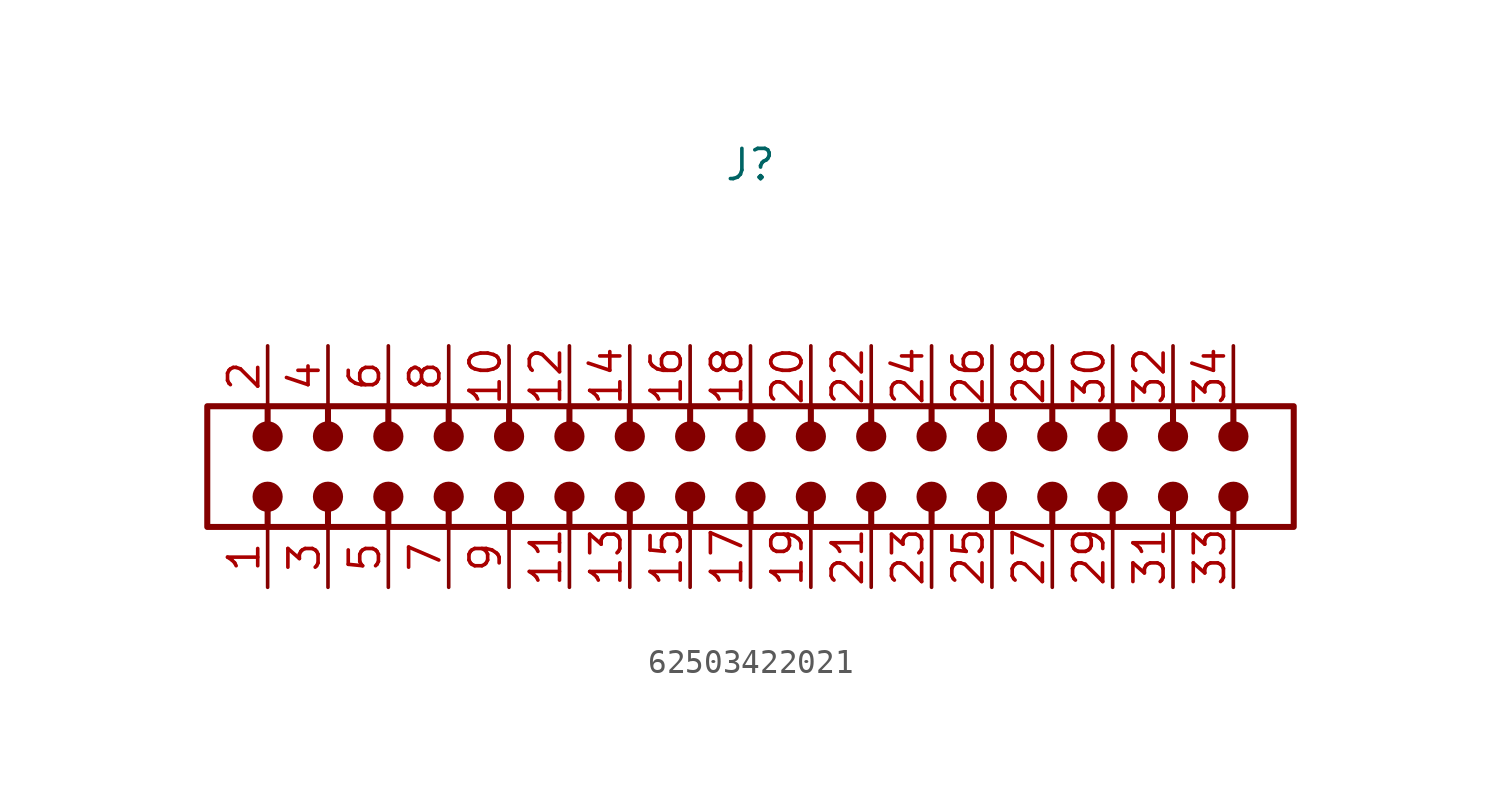
<source format=kicad_sym>
(kicad_symbol_lib
  (version 20241209)
  (generator "kicad_symbol_editor")
  (generator_version "9.0")
  (symbol "62503422021"
    (pin_names
      (hide yes))
    (property "Reference" "J"
      (at 0 12.7 0)
      (effects (font (size 1.27 1.27))))
    (symbol "62503422021_1_1"
      (rectangle (start -22.86 2.54) (end 22.86 -2.54) (stroke (width 0.254) (type solid)) (fill (type none)))
      (polyline (pts (xy -20.32 1.778) (xy -20.32 2.54)) (stroke (width 0.254) (type solid)) (fill (type none)))
      (circle (center -20.32 1.27) (radius 0.508) (stroke (width 0.254) (type solid)) (fill (type outline)))
      (circle (center -20.32 -1.27) (radius 0.508) (stroke (width 0.254) (type solid)) (fill (type outline)))
      (polyline (pts (xy -20.32 -1.778) (xy -20.32 -2.54)) (stroke (width 0.254) (type solid)) (fill (type none)))
      (polyline (pts (xy -17.78 1.778) (xy -17.78 2.54)) (stroke (width 0.254) (type solid)) (fill (type none)))
      (circle (center -17.78 1.27) (radius 0.508) (stroke (width 0.254) (type solid)) (fill (type outline)))
      (circle (center -17.78 -1.27) (radius 0.508) (stroke (width 0.254) (type solid)) (fill (type outline)))
      (polyline (pts (xy -17.78 -1.778) (xy -17.78 -2.54)) (stroke (width 0.254) (type solid)) (fill (type none)))
      (polyline (pts (xy -15.24 1.778) (xy -15.24 2.54)) (stroke (width 0.254) (type solid)) (fill (type none)))
      (circle (center -15.24 1.27) (radius 0.508) (stroke (width 0.254) (type solid)) (fill (type outline)))
      (circle (center -15.24 -1.27) (radius 0.508) (stroke (width 0.254) (type solid)) (fill (type outline)))
      (polyline (pts (xy -15.24 -1.778) (xy -15.24 -2.54)) (stroke (width 0.254) (type solid)) (fill (type none)))
      (polyline (pts (xy -12.7 1.778) (xy -12.7 2.54)) (stroke (width 0.254) (type solid)) (fill (type none)))
      (circle (center -12.7 1.27) (radius 0.508) (stroke (width 0.254) (type solid)) (fill (type outline)))
      (circle (center -12.7 -1.27) (radius 0.508) (stroke (width 0.254) (type solid)) (fill (type outline)))
      (polyline (pts (xy -12.7 -1.778) (xy -12.7 -2.54)) (stroke (width 0.254) (type solid)) (fill (type none)))
      (polyline (pts (xy -10.16 1.778) (xy -10.16 2.54)) (stroke (width 0.254) (type solid)) (fill (type none)))
      (circle (center -10.16 1.27) (radius 0.508) (stroke (width 0.254) (type solid)) (fill (type outline)))
      (circle (center -10.16 -1.27) (radius 0.508) (stroke (width 0.254) (type solid)) (fill (type outline)))
      (polyline (pts (xy -10.16 -1.778) (xy -10.16 -2.54)) (stroke (width 0.254) (type solid)) (fill (type none)))
      (polyline (pts (xy -7.62 1.778) (xy -7.62 2.54)) (stroke (width 0.254) (type solid)) (fill (type none)))
      (circle (center -7.62 1.27) (radius 0.508) (stroke (width 0.254) (type solid)) (fill (type outline)))
      (circle (center -7.62 -1.27) (radius 0.508) (stroke (width 0.254) (type solid)) (fill (type outline)))
      (polyline (pts (xy -7.62 -1.778) (xy -7.62 -2.54)) (stroke (width 0.254) (type solid)) (fill (type none)))
      (polyline (pts (xy -5.08 1.778) (xy -5.08 2.54)) (stroke (width 0.254) (type solid)) (fill (type none)))
      (circle (center -5.08 1.27) (radius 0.508) (stroke (width 0.254) (type solid)) (fill (type outline)))
      (circle (center -5.08 -1.27) (radius 0.508) (stroke (width 0.254) (type solid)) (fill (type outline)))
      (polyline (pts (xy -5.08 -1.778) (xy -5.08 -2.54)) (stroke (width 0.254) (type solid)) (fill (type none)))
      (polyline (pts (xy -2.54 1.778) (xy -2.54 2.54)) (stroke (width 0.254) (type solid)) (fill (type none)))
      (circle (center -2.54 1.27) (radius 0.508) (stroke (width 0.254) (type solid)) (fill (type outline)))
      (circle (center -2.54 -1.27) (radius 0.508) (stroke (width 0.254) (type solid)) (fill (type outline)))
      (polyline (pts (xy -2.54 -1.778) (xy -2.54 -2.54)) (stroke (width 0.254) (type solid)) (fill (type none)))
      (polyline (pts (xy 0 1.778) (xy 0 2.54)) (stroke (width 0.254) (type solid)) (fill (type none)))
      (circle (center 0 1.27) (radius 0.508) (stroke (width 0.254) (type solid)) (fill (type outline)))
      (circle (center 0 -1.27) (radius 0.508) (stroke (width 0.254) (type solid)) (fill (type outline)))
      (polyline (pts (xy 0 -1.778) (xy 0 -2.54)) (stroke (width 0.254) (type solid)) (fill (type none)))
      (polyline (pts (xy 2.54 1.778) (xy 2.54 2.54)) (stroke (width 0.254) (type solid)) (fill (type none)))
      (circle (center 2.54 1.27) (radius 0.508) (stroke (width 0.254) (type solid)) (fill (type outline)))
      (circle (center 2.54 -1.27) (radius 0.508) (stroke (width 0.254) (type solid)) (fill (type outline)))
      (polyline (pts (xy 2.54 -1.778) (xy 2.54 -2.54)) (stroke (width 0.254) (type solid)) (fill (type none)))
      (polyline (pts (xy 5.08 1.778) (xy 5.08 2.54)) (stroke (width 0.254) (type solid)) (fill (type none)))
      (circle (center 5.08 1.27) (radius 0.508) (stroke (width 0.254) (type solid)) (fill (type outline)))
      (circle (center 5.08 -1.27) (radius 0.508) (stroke (width 0.254) (type solid)) (fill (type outline)))
      (polyline (pts (xy 5.08 -1.778) (xy 5.08 -2.54)) (stroke (width 0.254) (type solid)) (fill (type none)))
      (polyline (pts (xy 7.62 1.778) (xy 7.62 2.54)) (stroke (width 0.254) (type solid)) (fill (type none)))
      (circle (center 7.62 1.27) (radius 0.508) (stroke (width 0.254) (type solid)) (fill (type outline)))
      (circle (center 7.62 -1.27) (radius 0.508) (stroke (width 0.254) (type solid)) (fill (type outline)))
      (polyline (pts (xy 7.62 -1.778) (xy 7.62 -2.54)) (stroke (width 0.254) (type solid)) (fill (type none)))
      (polyline (pts (xy 10.16 1.778) (xy 10.16 2.54)) (stroke (width 0.254) (type solid)) (fill (type none)))
      (circle (center 10.16 1.27) (radius 0.508) (stroke (width 0.254) (type solid)) (fill (type outline)))
      (circle (center 10.16 -1.27) (radius 0.508) (stroke (width 0.254) (type solid)) (fill (type outline)))
      (polyline (pts (xy 10.16 -1.778) (xy 10.16 -2.54)) (stroke (width 0.254) (type solid)) (fill (type none)))
      (polyline (pts (xy 12.7 1.778) (xy 12.7 2.54)) (stroke (width 0.254) (type solid)) (fill (type none)))
      (circle (center 12.7 1.27) (radius 0.508) (stroke (width 0.254) (type solid)) (fill (type outline)))
      (circle (center 12.7 -1.27) (radius 0.508) (stroke (width 0.254) (type solid)) (fill (type outline)))
      (polyline (pts (xy 12.7 -1.778) (xy 12.7 -2.54)) (stroke (width 0.254) (type solid)) (fill (type none)))
      (polyline (pts (xy 15.24 1.778) (xy 15.24 2.54)) (stroke (width 0.254) (type solid)) (fill (type none)))
      (circle (center 15.24 1.27) (radius 0.508) (stroke (width 0.254) (type solid)) (fill (type outline)))
      (circle (center 15.24 -1.27) (radius 0.508) (stroke (width 0.254) (type solid)) (fill (type outline)))
      (polyline (pts (xy 15.24 -1.778) (xy 15.24 -2.54)) (stroke (width 0.254) (type solid)) (fill (type none)))
      (polyline (pts (xy 17.78 1.778) (xy 17.78 2.54)) (stroke (width 0.254) (type solid)) (fill (type none)))
      (circle (center 17.78 1.27) (radius 0.508) (stroke (width 0.254) (type solid)) (fill (type outline)))
      (circle (center 17.78 -1.27) (radius 0.508) (stroke (width 0.254) (type solid)) (fill (type outline)))
      (polyline (pts (xy 17.78 -1.778) (xy 17.78 -2.54)) (stroke (width 0.254) (type solid)) (fill (type none)))
      (polyline (pts (xy 20.32 1.778) (xy 20.32 2.54)) (stroke (width 0.254) (type solid)) (fill (type none)))
      (circle (center 20.32 1.27) (radius 0.508) (stroke (width 0.254) (type solid)) (fill (type outline)))
      (circle (center 20.32 -1.27) (radius 0.508) (stroke (width 0.254) (type solid)) (fill (type outline)))
      (polyline (pts (xy 20.32 -1.778) (xy 20.32 -2.54)) (stroke (width 0.254) (type solid)) (fill (type none)))
      (pin passive line (at -20.32 5.08 270) (length 2.54) (name "2" (effects (font (size 1.27 1.27)))) (number "2" (effects (font (size 1.27 1.27)))))
      (pin passive line (at -20.32 -5.08 90) (length 2.54) (name "1" (effects (font (size 1.27 1.27)))) (number "1" (effects (font (size 1.27 1.27)))))
      (pin passive line (at -17.78 5.08 270) (length 2.54) (name "4" (effects (font (size 1.27 1.27)))) (number "4" (effects (font (size 1.27 1.27)))))
      (pin passive line (at -17.78 -5.08 90) (length 2.54) (name "3" (effects (font (size 1.27 1.27)))) (number "3" (effects (font (size 1.27 1.27)))))
      (pin passive line (at -15.24 5.08 270) (length 2.54) (name "6" (effects (font (size 1.27 1.27)))) (number "6" (effects (font (size 1.27 1.27)))))
      (pin passive line (at -15.24 -5.08 90) (length 2.54) (name "5" (effects (font (size 1.27 1.27)))) (number "5" (effects (font (size 1.27 1.27)))))
      (pin passive line (at -12.7 5.08 270) (length 2.54) (name "8" (effects (font (size 1.27 1.27)))) (number "8" (effects (font (size 1.27 1.27)))))
      (pin passive line (at -12.7 -5.08 90) (length 2.54) (name "7" (effects (font (size 1.27 1.27)))) (number "7" (effects (font (size 1.27 1.27)))))
      (pin passive line (at -10.16 5.08 270) (length 2.54) (name "10" (effects (font (size 1.27 1.27)))) (number "10" (effects (font (size 1.27 1.27)))))
      (pin passive line (at -10.16 -5.08 90) (length 2.54) (name "9" (effects (font (size 1.27 1.27)))) (number "9" (effects (font (size 1.27 1.27)))))
      (pin passive line (at -7.62 5.08 270) (length 2.54) (name "12" (effects (font (size 1.27 1.27)))) (number "12" (effects (font (size 1.27 1.27)))))
      (pin passive line (at -7.62 -5.08 90) (length 2.54) (name "11" (effects (font (size 1.27 1.27)))) (number "11" (effects (font (size 1.27 1.27)))))
      (pin passive line (at -5.08 5.08 270) (length 2.54) (name "14" (effects (font (size 1.27 1.27)))) (number "14" (effects (font (size 1.27 1.27)))))
      (pin passive line (at -5.08 -5.08 90) (length 2.54) (name "13" (effects (font (size 1.27 1.27)))) (number "13" (effects (font (size 1.27 1.27)))))
      (pin passive line (at -2.54 5.08 270) (length 2.54) (name "16" (effects (font (size 1.27 1.27)))) (number "16" (effects (font (size 1.27 1.27)))))
      (pin passive line (at -2.54 -5.08 90) (length 2.54) (name "15" (effects (font (size 1.27 1.27)))) (number "15" (effects (font (size 1.27 1.27)))))
      (pin passive line (at 0 5.08 270) (length 2.54) (name "18" (effects (font (size 1.27 1.27)))) (number "18" (effects (font (size 1.27 1.27)))))
      (pin passive line (at 0 -5.08 90) (length 2.54) (name "17" (effects (font (size 1.27 1.27)))) (number "17" (effects (font (size 1.27 1.27)))))
      (pin passive line (at 2.54 5.08 270) (length 2.54) (name "20" (effects (font (size 1.27 1.27)))) (number "20" (effects (font (size 1.27 1.27)))))
      (pin passive line (at 2.54 -5.08 90) (length 2.54) (name "19" (effects (font (size 1.27 1.27)))) (number "19" (effects (font (size 1.27 1.27)))))
      (pin passive line (at 5.08 5.08 270) (length 2.54) (name "22" (effects (font (size 1.27 1.27)))) (number "22" (effects (font (size 1.27 1.27)))))
      (pin passive line (at 5.08 -5.08 90) (length 2.54) (name "21" (effects (font (size 1.27 1.27)))) (number "21" (effects (font (size 1.27 1.27)))))
      (pin passive line (at 7.62 5.08 270) (length 2.54) (name "24" (effects (font (size 1.27 1.27)))) (number "24" (effects (font (size 1.27 1.27)))))
      (pin passive line (at 7.62 -5.08 90) (length 2.54) (name "23" (effects (font (size 1.27 1.27)))) (number "23" (effects (font (size 1.27 1.27)))))
      (pin passive line (at 10.16 5.08 270) (length 2.54) (name "26" (effects (font (size 1.27 1.27)))) (number "26" (effects (font (size 1.27 1.27)))))
      (pin passive line (at 10.16 -5.08 90) (length 2.54) (name "25" (effects (font (size 1.27 1.27)))) (number "25" (effects (font (size 1.27 1.27)))))
      (pin passive line (at 12.7 5.08 270) (length 2.54) (name "28" (effects (font (size 1.27 1.27)))) (number "28" (effects (font (size 1.27 1.27)))))
      (pin passive line (at 12.7 -5.08 90) (length 2.54) (name "27" (effects (font (size 1.27 1.27)))) (number "27" (effects (font (size 1.27 1.27)))))
      (pin passive line (at 15.24 5.08 270) (length 2.54) (name "30" (effects (font (size 1.27 1.27)))) (number "30" (effects (font (size 1.27 1.27)))))
      (pin passive line (at 15.24 -5.08 90) (length 2.54) (name "29" (effects (font (size 1.27 1.27)))) (number "29" (effects (font (size 1.27 1.27)))))
      (pin passive line (at 17.78 5.08 270) (length 2.54) (name "32" (effects (font (size 1.27 1.27)))) (number "32" (effects (font (size 1.27 1.27)))))
      (pin passive line (at 17.78 -5.08 90) (length 2.54) (name "31" (effects (font (size 1.27 1.27)))) (number "31" (effects (font (size 1.27 1.27)))))
      (pin passive line (at 20.32 5.08 270) (length 2.54) (name "34" (effects (font (size 1.27 1.27)))) (number "34" (effects (font (size 1.27 1.27)))))
      (pin passive line (at 20.32 -5.08 90) (length 2.54) (name "33" (effects (font (size 1.27 1.27)))) (number "33" (effects (font (size 1.27 1.27))))))))
</source>
